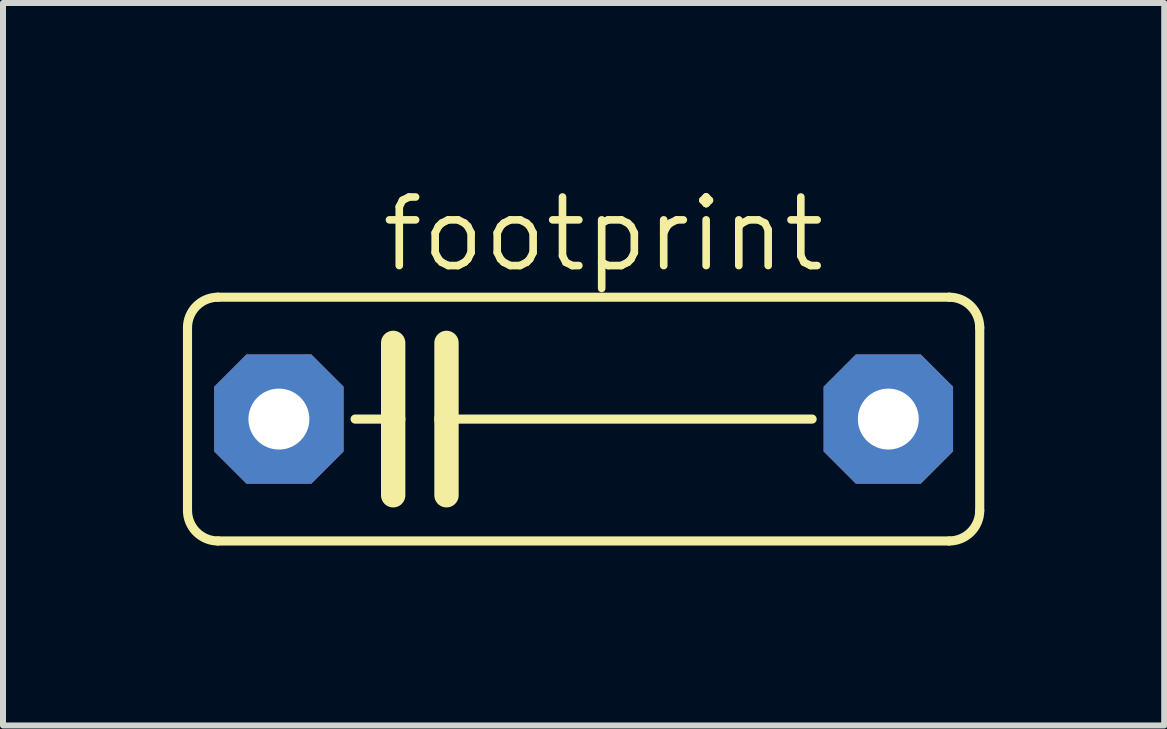
<source format=kicad_pcb>
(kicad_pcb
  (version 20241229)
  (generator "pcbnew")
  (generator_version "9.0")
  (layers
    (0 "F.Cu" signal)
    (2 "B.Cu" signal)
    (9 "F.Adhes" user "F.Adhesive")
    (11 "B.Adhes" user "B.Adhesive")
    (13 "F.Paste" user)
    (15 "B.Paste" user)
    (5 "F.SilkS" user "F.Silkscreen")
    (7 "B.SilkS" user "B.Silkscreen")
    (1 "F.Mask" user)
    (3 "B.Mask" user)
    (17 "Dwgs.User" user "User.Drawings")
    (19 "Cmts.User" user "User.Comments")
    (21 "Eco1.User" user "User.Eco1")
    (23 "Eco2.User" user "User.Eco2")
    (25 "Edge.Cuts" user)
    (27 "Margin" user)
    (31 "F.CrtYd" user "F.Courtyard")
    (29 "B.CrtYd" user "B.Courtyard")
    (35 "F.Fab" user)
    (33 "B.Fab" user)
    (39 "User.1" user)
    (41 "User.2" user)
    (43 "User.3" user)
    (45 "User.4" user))
  (footprint "footprint"
    (layer "F.Cu")
    (at 6.68 3.937)
    (property "Reference" "footprint" (at -3.429 -2.413 0) (layer "F.SilkS") (effects (font (size 1.143 1.143) (thickness 0.127)) (justify left bottom)))
    (fp_line (start -6.604 1.524) (end -6.604 -1.524) (stroke (width 0.152) (type solid)) (layer "F.SilkS"))
    (fp_line (start -6.096 -2.032) (end 6.096 -2.032) (stroke (width 0.152) (type solid)) (layer "F.SilkS"))
    (fp_line (start -3.81 0) (end -3.175 0) (stroke (width 0.152) (type solid)) (layer "F.SilkS"))
    (fp_line (start -3.175 -1.27) (end -3.175 0) (stroke (width 0.406) (type solid)) (layer "F.SilkS"))
    (fp_line (start -3.175 0) (end -3.175 1.27) (stroke (width 0.406) (type solid)) (layer "F.SilkS"))
    (fp_line (start -2.286 -1.27) (end -2.286 0) (stroke (width 0.406) (type solid)) (layer "F.SilkS"))
    (fp_line (start -2.286 0) (end -2.286 1.27) (stroke (width 0.406) (type solid)) (layer "F.SilkS"))
    (fp_line (start 3.81 0) (end -2.286 0) (stroke (width 0.152) (type solid)) (layer "F.SilkS"))
    (fp_line (start 6.096 2.032) (end -6.096 2.032) (stroke (width 0.152) (type solid)) (layer "F.SilkS"))
    (fp_line (start 6.604 -1.524) (end 6.604 1.524) (stroke (width 0.152) (type solid)) (layer "F.SilkS"))
    (fp_arc (start -6.604 -1.524) (mid -6.45521 -1.88321) (end -6.096 -2.032) (stroke (width 0.1524) (type solid)) (layer "F.SilkS"))
    (fp_arc (start -6.096 2.032) (mid -6.45521 1.88321) (end -6.604 1.524) (stroke (width 0.1524) (type solid)) (layer "F.SilkS"))
    (fp_arc (start 6.096 -2.032) (mid 6.45521 -1.88321) (end 6.604 -1.524) (stroke (width 0.1524) (type solid)) (layer "F.SilkS"))
    (fp_arc (start 6.604 1.524) (mid 6.45521 1.88321) (end 6.096 2.032) (stroke (width 0.1524) (type solid)) (layer "F.SilkS"))
    (pad "1" thru_hole roundrect (at -5.08 0) (size 2.159 2.159) (drill 1.016) (layers "*.Cu" "*.Mask") (roundrect_rratio 0.25) (chamfer_ratio 0.25) (chamfer top_left top_right bottom_left bottom_right))
    (pad "2" thru_hole roundrect (at 5.08 0) (size 2.159 2.159) (drill 1.016) (layers "*.Cu" "*.Mask") (roundrect_rratio 0.25) (chamfer_ratio 0.25) (chamfer top_left top_right bottom_left bottom_right)))
  (gr_rect
    (start -3 -3)
    (end 16.36 9.045)
    (stroke (width 0.1) (type default))
    (fill no)
    (layer "Edge.Cuts")))
</source>
